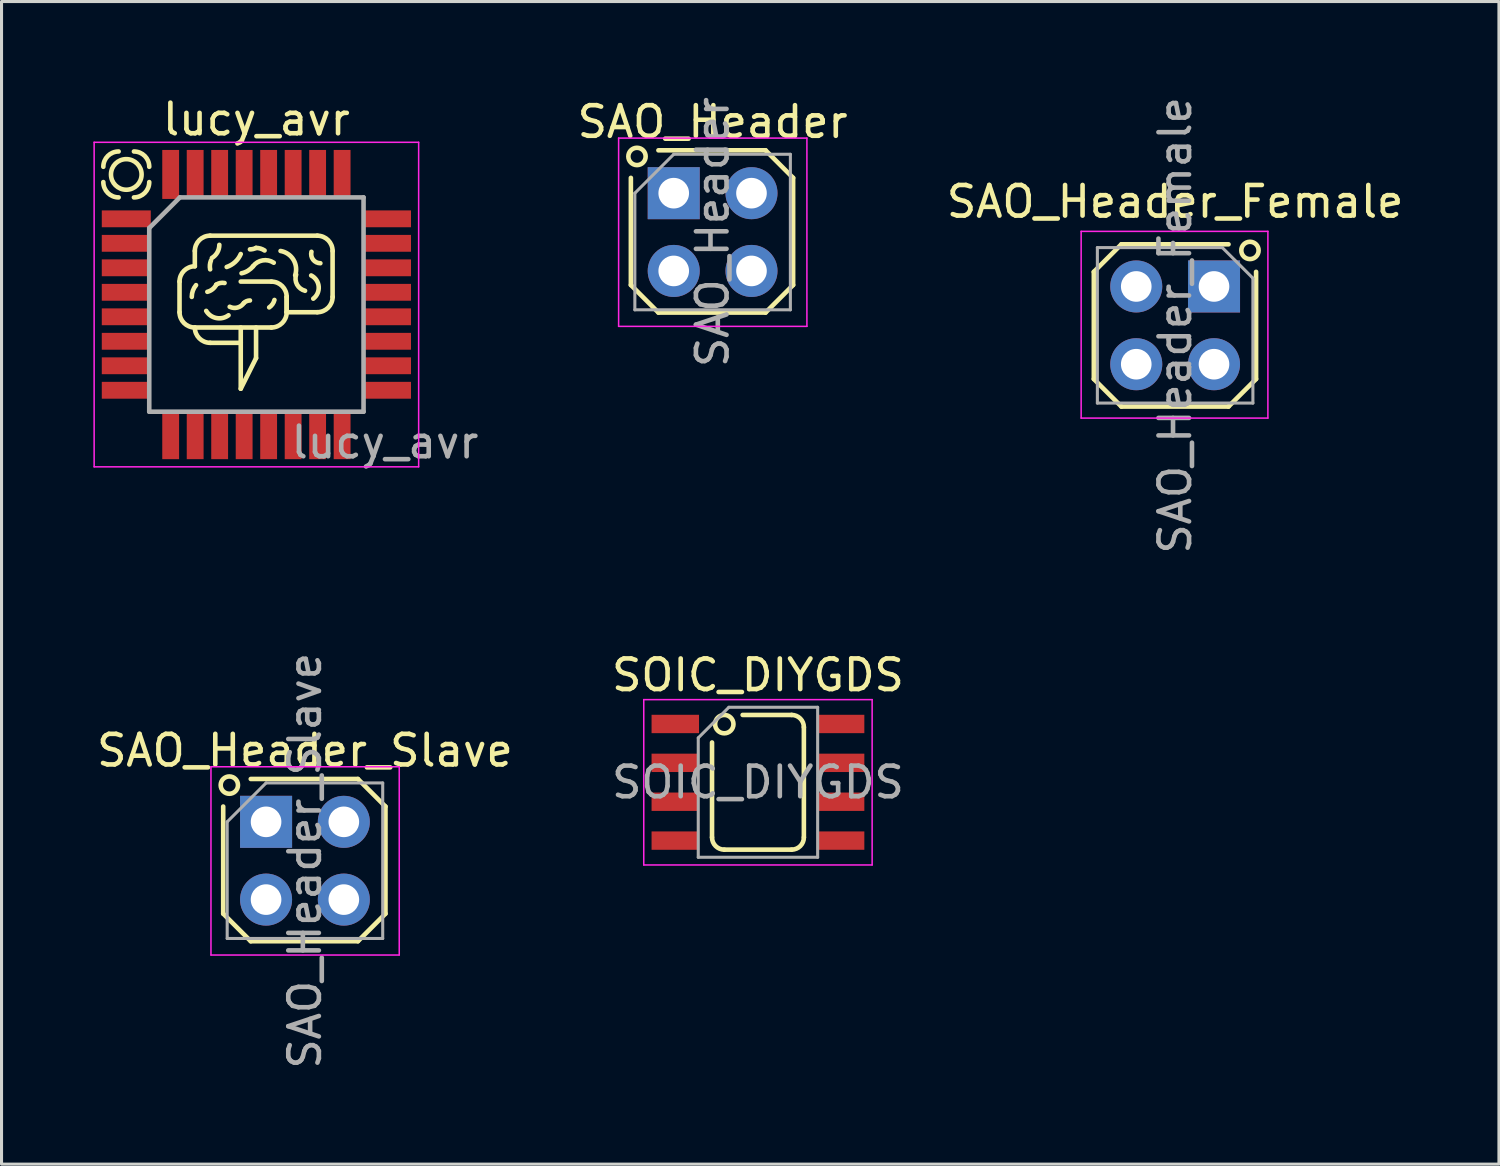
<source format=kicad_pcb>
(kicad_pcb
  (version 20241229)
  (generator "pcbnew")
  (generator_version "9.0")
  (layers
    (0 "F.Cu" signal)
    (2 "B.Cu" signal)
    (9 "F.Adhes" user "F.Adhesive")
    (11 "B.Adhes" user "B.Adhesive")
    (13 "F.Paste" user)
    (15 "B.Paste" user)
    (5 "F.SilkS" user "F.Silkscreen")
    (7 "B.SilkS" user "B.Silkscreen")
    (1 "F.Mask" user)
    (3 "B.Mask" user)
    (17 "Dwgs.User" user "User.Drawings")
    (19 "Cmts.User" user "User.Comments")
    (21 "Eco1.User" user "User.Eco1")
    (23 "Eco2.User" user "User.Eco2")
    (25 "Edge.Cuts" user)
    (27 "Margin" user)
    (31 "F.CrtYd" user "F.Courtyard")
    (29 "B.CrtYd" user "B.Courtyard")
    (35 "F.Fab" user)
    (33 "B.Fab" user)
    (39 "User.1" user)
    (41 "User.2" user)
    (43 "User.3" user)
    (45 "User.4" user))
  (footprint "SAO_Header"
    (layer "F.Cu")
    (at 18.957 3.26)
    (property "Reference" "SAO_Header" (at 1.27 -2.33 0) (layer "F.SilkS") (effects (font (size 1 1) (thickness 0.15))))
    (attr through_hole)
    (fp_line (start -1.4 -0.5) (end -1.4 3) (stroke (width 0.15) (type solid)) (layer "F.SilkS"))
    (fp_line (start -1.4 3) (end -0.5 3.9) (stroke (width 0.15) (type solid)) (layer "F.SilkS"))
    (fp_line (start 3 -1.4) (end -0.5 -1.4) (stroke (width 0.15) (type solid)) (layer "F.SilkS"))
    (fp_line (start 3 -1.4) (end 3.9 -0.5) (stroke (width 0.15) (type solid)) (layer "F.SilkS"))
    (fp_line (start 3 3.9) (end -0.5 3.9) (stroke (width 0.15) (type solid)) (layer "F.SilkS"))
    (fp_line (start 3.9 -0.5) (end 3.9 3) (stroke (width 0.15) (type solid)) (layer "F.SilkS"))
    (fp_line (start 3.9 3) (end 3 3.9) (stroke (width 0.15) (type solid)) (layer "F.SilkS"))
    (fp_circle (center -1.2 -1.2) (end -1.4 -1.4) (stroke (width 0.15) (type solid)) (fill no) (layer "F.SilkS"))
    (fp_line (start -1.8 -1.8) (end -1.8 4.35) (stroke (width 0.05) (type solid)) (layer "F.CrtYd"))
    (fp_line (start -1.8 4.35) (end 4.35 4.35) (stroke (width 0.05) (type solid)) (layer "F.CrtYd"))
    (fp_line (start 4.35 -1.8) (end -1.8 -1.8) (stroke (width 0.05) (type solid)) (layer "F.CrtYd"))
    (fp_line (start 4.35 4.35) (end 4.35 -1.8) (stroke (width 0.05) (type solid)) (layer "F.CrtYd"))
    (fp_line (start -1.27 0) (end 0 -1.27) (stroke (width 0.1) (type solid)) (layer "F.Fab"))
    (fp_line (start -1.27 3.81) (end -1.27 0) (stroke (width 0.1) (type solid)) (layer "F.Fab"))
    (fp_line (start 0 -1.27) (end 3.81 -1.27) (stroke (width 0.1) (type solid)) (layer "F.Fab"))
    (fp_line (start 3.81 -1.27) (end 3.81 3.81) (stroke (width 0.1) (type solid)) (layer "F.Fab"))
    (fp_line (start 3.81 3.81) (end -1.27 3.81) (stroke (width 0.1) (type solid)) (layer "F.Fab"))
    (fp_text user "${REFERENCE}" (at 1.27 1.27 90) (layer "F.Fab") (effects (font (size 1 1) (thickness 0.15))))
    (pad "1" thru_hole rect (at 0 0) (size 1.7 1.7) (drill 1) (layers "*.Cu" "*.Mask"))
    (pad "2" thru_hole oval (at 2.54 0) (size 1.7 1.7) (drill 1) (layers "*.Cu" "*.Mask"))
    (pad "3" thru_hole oval (at 0 2.54) (size 1.7 1.7) (drill 1) (layers "*.Cu" "*.Mask"))
    (pad "4" thru_hole oval (at 2.54 2.54) (size 1.7 1.7) (drill 1) (layers "*.Cu" "*.Mask")))
  (footprint "SAO_Header_Slave"
    (layer "F.Cu")
    (at 5.641 23.795)
    (property "Reference" "SAO_Header_Slave" (at 1.27 -2.33 0) (layer "F.SilkS") (effects (font (size 1 1) (thickness 0.15))))
    (attr through_hole)
    (fp_line (start -1.4 -0.5) (end -1.4 3) (stroke (width 0.15) (type solid)) (layer "F.SilkS"))
    (fp_line (start -1.4 3) (end -0.5 3.9) (stroke (width 0.15) (type solid)) (layer "F.SilkS"))
    (fp_line (start 3 -1.4) (end -0.5 -1.4) (stroke (width 0.15) (type solid)) (layer "F.SilkS"))
    (fp_line (start 3 -1.4) (end 3.9 -0.5) (stroke (width 0.15) (type solid)) (layer "F.SilkS"))
    (fp_line (start 3 3.9) (end -0.5 3.9) (stroke (width 0.15) (type solid)) (layer "F.SilkS"))
    (fp_line (start 3.9 -0.5) (end 3.9 3) (stroke (width 0.15) (type solid)) (layer "F.SilkS"))
    (fp_line (start 3.9 3) (end 3 3.9) (stroke (width 0.15) (type solid)) (layer "F.SilkS"))
    (fp_circle (center -1.2 -1.2) (end -1.4 -1.4) (stroke (width 0.15) (type solid)) (fill no) (layer "F.SilkS"))
    (fp_line (start -1.8 -1.8) (end -1.8 4.35) (stroke (width 0.05) (type solid)) (layer "F.CrtYd"))
    (fp_line (start -1.8 4.35) (end 4.35 4.35) (stroke (width 0.05) (type solid)) (layer "F.CrtYd"))
    (fp_line (start 4.35 -1.8) (end -1.8 -1.8) (stroke (width 0.05) (type solid)) (layer "F.CrtYd"))
    (fp_line (start 4.35 4.35) (end 4.35 -1.8) (stroke (width 0.05) (type solid)) (layer "F.CrtYd"))
    (fp_line (start -1.27 0) (end 0 -1.27) (stroke (width 0.1) (type solid)) (layer "F.Fab"))
    (fp_line (start -1.27 3.81) (end -1.27 0) (stroke (width 0.1) (type solid)) (layer "F.Fab"))
    (fp_line (start 0 -1.27) (end 3.81 -1.27) (stroke (width 0.1) (type solid)) (layer "F.Fab"))
    (fp_line (start 3.81 -1.27) (end 3.81 3.81) (stroke (width 0.1) (type solid)) (layer "F.Fab"))
    (fp_line (start 3.81 3.81) (end -1.27 3.81) (stroke (width 0.1) (type solid)) (layer "F.Fab"))
    (fp_text user "${REFERENCE}" (at 1.27 1.27 90) (layer "F.Fab") (effects (font (size 1 1) (thickness 0.15))))
    (pad "1" thru_hole rect (at 0 0) (size 1.7 1.7) (drill 1) (layers "*.Cu" "*.Mask"))
    (pad "2" thru_hole oval (at 2.54 0) (size 1.7 1.7) (drill 1) (layers "*.Cu" "*.Mask"))
    (pad "3" thru_hole oval (at 0 2.54) (size 1.7 1.7) (drill 1) (layers "*.Cu" "*.Mask"))
    (pad "4" thru_hole oval (at 2.54 2.54) (size 1.7 1.7) (drill 1) (layers "*.Cu" "*.Mask")))
  (footprint "lucy_avr"
    (layer "F.Cu")
    (at 5.325 6.898)
    (property "Reference" "lucy_avr" (at 0 -6.05 0) (layer "F.SilkS") (effects (font (size 1 1) (thickness 0.15))))
    (attr smd)
    (fp_line (start -2.511 -0.75) (end -2.511 0.25) (stroke (width 0.15) (type solid)) (layer "F.SilkS"))
    (fp_line (start -2.011 -1.75) (end -2.011 -1.25) (stroke (width 0.15) (type solid)) (layer "F.SilkS"))
    (fp_line (start -2.011 0.75) (end 0.489 0.75) (stroke (width 0.15) (type solid)) (layer "F.SilkS"))
    (fp_line (start -0.511 1.25) (end -1.511 1.25) (stroke (width 0.15) (type solid)) (layer "F.SilkS"))
    (fp_line (start -0.511 2.75) (end -0.511 0.75) (stroke (width 0.15) (type solid)) (layer "F.SilkS"))
    (fp_line (start -0.011 0.75) (end -0.011 1.75) (stroke (width 0.15) (type solid)) (layer "F.SilkS"))
    (fp_line (start -0.011 1.75) (end -0.511 2.75) (stroke (width 0.15) (type solid)) (layer "F.SilkS"))
    (fp_line (start 0.489 -0.75) (end -0.511 -0.75) (stroke (width 0.15) (type solid)) (layer "F.SilkS"))
    (fp_line (start 0.989 -0.25) (end 0.989 0.25) (stroke (width 0.15) (type solid)) (layer "F.SilkS"))
    (fp_line (start 0.989 0.25) (end 0.989 -0.25) (stroke (width 0.15) (type solid)) (layer "F.SilkS"))
    (fp_line (start 0.989 0.25) (end 1.989 0.25) (stroke (width 0.15) (type solid)) (layer "F.SilkS"))
    (fp_line (start 1.989 -2.25) (end -1.511 -2.25) (stroke (width 0.15) (type solid)) (layer "F.SilkS"))
    (fp_line (start 2.489 -0.25) (end 2.489 -1.75) (stroke (width 0.15) (type solid)) (layer "F.SilkS"))
    (fp_arc (start -5 -4.5) (mid -4.853553 -4.853553) (end -4.5 -5) (stroke (width 0.15) (type solid)) (layer "F.SilkS"))
    (fp_arc (start -4.5 -3.5) (mid -4.853553 -3.646447) (end -5 -4) (stroke (width 0.15) (type solid)) (layer "F.SilkS"))
    (fp_arc (start -4 -5) (mid -3.646447 -4.853553) (end -3.5 -4.5) (stroke (width 0.15) (type solid)) (layer "F.SilkS"))
    (fp_arc (start -3.5 -4) (mid -3.646447 -3.646447) (end -4 -3.5) (stroke (width 0.15) (type solid)) (layer "F.SilkS"))
    (fp_arc (start -2.510758 -0.75) (mid -2.364311 -1.103553) (end -2.010758 -1.25) (stroke (width 0.15) (type solid)) (layer "F.SilkS"))
    (fp_arc (start -2.110758 -0.25) (mid -2.074921 -0.454255) (end -1.971691 -0.634111) (stroke (width 0.15) (type solid)) (layer "F.SilkS"))
    (fp_arc (start -2.010758 -1.75) (mid -1.864311 -2.103553) (end -1.510758 -2.25) (stroke (width 0.15) (type solid)) (layer "F.SilkS"))
    (fp_arc (start -2.010758 0.75) (mid -2.364311 0.603553) (end -2.510758 0.25) (stroke (width 0.15) (type solid)) (layer "F.SilkS"))
    (fp_arc (start -1.510758 1.25) (mid -1.864311 1.103553) (end -2.010758 0.75) (stroke (width 0.15) (type solid)) (layer "F.SilkS"))
    (fp_arc (start -1.510757 -1.150001) (mid -1.518523 -1.29662) (end -1.484189 -1.439373) (stroke (width 0.15) (type solid)) (layer "F.SilkS"))
    (fp_arc (start -1.310759 -0.650001) (mid -1.430925 -0.501156) (end -1.602293 -0.41614) (stroke (width 0.15) (type solid)) (layer "F.SilkS"))
    (fp_arc (start -1.310757 -0.649999) (mid -1.180728 -0.703699) (end -1.040047 -0.703552) (stroke (width 0.15) (type solid)) (layer "F.SilkS"))
    (fp_arc (start -1.210758 -1.95) (mid -1.275658 -1.703651) (end -1.45351 -1.521254) (stroke (width 0.15) (type solid)) (layer "F.SilkS"))
    (fp_arc (start -0.910759 0.35) (mid -1.306875 0.440674) (end -1.639504 0.207247) (stroke (width 0.15) (type solid)) (layer "F.SilkS"))
    (fp_arc (start -0.510759 -1.650001) (mid -0.695085 -1.389572) (end -0.969921 -1.227507) (stroke (width 0.15) (type solid)) (layer "F.SilkS"))
    (fp_arc (start -0.410759 -0.050001) (mid -0.618215 0.098475) (end -0.872002 0.072489) (stroke (width 0.15) (type solid)) (layer "F.SilkS"))
    (fp_arc (start -0.410757 -0.049999) (mid -0.318997 -0.111311) (end -0.210758 -0.132841) (stroke (width 0.15) (type solid)) (layer "F.SilkS"))
    (fp_arc (start -0.110759 -1.250001) (mid -0.277865 -1.103026) (end -0.485183 -1.022123) (stroke (width 0.15) (type solid)) (layer "F.SilkS"))
    (fp_arc (start -0.110757 -1.25) (mid 0.204826 -1.442822) (end 0.566592 -1.366024) (stroke (width 0.15) (type solid)) (layer "F.SilkS"))
    (fp_arc (start -0.010759 -1.850001) (mid -0.10801 -1.814751) (end -0.210758 -1.802788) (stroke (width 0.15) (type solid)) (layer "F.SilkS"))
    (fp_arc (start -0.010758 -1.85) (mid 0.134134 -1.828546) (end 0.266592 -1.766025) (stroke (width 0.15) (type solid)) (layer "F.SilkS"))
    (fp_arc (start 0.489242 -0.75) (mid 0.842795 -0.603553) (end 0.989242 -0.25) (stroke (width 0.15) (type solid)) (layer "F.SilkS"))
    (fp_arc (start 0.589241 -0.150001) (mid 0.526271 -0.01249) (end 0.417951 0.093062) (stroke (width 0.15) (type solid)) (layer "F.SilkS"))
    (fp_arc (start 0.789241 -1.749999) (mid 1.210354 -1.463753) (end 1.266303 -0.957647) (stroke (width 0.15) (type solid)) (layer "F.SilkS"))
    (fp_arc (start 0.989242 0.25) (mid 0.842795 0.603553) (end 0.489242 0.75) (stroke (width 0.15) (type solid)) (layer "F.SilkS"))
    (fp_arc (start 1.589243 -0.450001) (mid 1.32781 -0.651592) (end 1.298091 -0.980383) (stroke (width 0.15) (type solid)) (layer "F.SilkS"))
    (fp_arc (start 1.789241 -0.949999) (mid 2.034647 -0.590163) (end 1.85757 -0.19223) (stroke (width 0.15) (type solid)) (layer "F.SilkS"))
    (fp_arc (start 1.989242 -2.25) (mid 2.342795 -2.103553) (end 2.489242 -1.75) (stroke (width 0.15) (type solid)) (layer "F.SilkS"))
    (fp_arc (start 2.089242 -1.35) (mid 1.852781 -1.465376) (end 1.798199 -1.72276) (stroke (width 0.15) (type solid)) (layer "F.SilkS"))
    (fp_arc (start 2.489242 -0.25) (mid 2.342795 0.103553) (end 1.989242 0.25) (stroke (width 0.15) (type solid)) (layer "F.SilkS"))
    (fp_circle (center -4.25 -4.25) (end -4.25 -4.75) (stroke (width 0.15) (type solid)) (fill no) (layer "F.SilkS"))
    (fp_line (start -5.3 -5.3) (end -5.3 5.3) (stroke (width 0.05) (type solid)) (layer "F.CrtYd"))
    (fp_line (start -5.3 -5.3) (end 5.3 -5.3) (stroke (width 0.05) (type solid)) (layer "F.CrtYd"))
    (fp_line (start -5.3 5.3) (end 5.3 5.3) (stroke (width 0.05) (type solid)) (layer "F.CrtYd"))
    (fp_line (start 5.3 -5.3) (end 5.3 5.3) (stroke (width 0.05) (type solid)) (layer "F.CrtYd"))
    (fp_line (start -3.5 -2.5) (end -2.5 -3.5) (stroke (width 0.15) (type solid)) (layer "F.Fab"))
    (fp_line (start -3.5 3.5) (end -3.5 -2.5) (stroke (width 0.15) (type solid)) (layer "F.Fab"))
    (fp_line (start -2.5 -3.5) (end 3.5 -3.5) (stroke (width 0.15) (type solid)) (layer "F.Fab"))
    (fp_line (start 3.5 -3.5) (end 3.5 3.5) (stroke (width 0.15) (type solid)) (layer "F.Fab"))
    (fp_line (start 3.5 3.5) (end -3.5 3.5) (stroke (width 0.15) (type solid)) (layer "F.Fab"))
    (fp_text user "${REFERENCE}" (at 4.2 4.5 0) (layer "F.Fab") (effects (font (size 1 1) (thickness 0.15))))
    (pad "1" smd rect (at -4.25 -2.8) (size 1.6 0.55) (layers "F.Cu" "F.Mask" "F.Paste"))
    (pad "2" smd rect (at -4.25 -2) (size 1.6 0.55) (layers "F.Cu" "F.Mask" "F.Paste"))
    (pad "3" smd rect (at -4.25 -1.2) (size 1.6 0.55) (layers "F.Cu" "F.Mask" "F.Paste"))
    (pad "4" smd rect (at -4.25 -0.4) (size 1.6 0.55) (layers "F.Cu" "F.Mask" "F.Paste"))
    (pad "5" smd rect (at -4.25 0.4) (size 1.6 0.55) (layers "F.Cu" "F.Mask" "F.Paste"))
    (pad "6" smd rect (at -4.25 1.2) (size 1.6 0.55) (layers "F.Cu" "F.Mask" "F.Paste"))
    (pad "7" smd rect (at -4.25 2) (size 1.6 0.55) (layers "F.Cu" "F.Mask" "F.Paste"))
    (pad "8" smd rect (at -4.25 2.8) (size 1.6 0.55) (layers "F.Cu" "F.Mask" "F.Paste"))
    (pad "9" smd rect (at -2.8 4.25 90) (size 1.6 0.55) (layers "F.Cu" "F.Mask" "F.Paste"))
    (pad "10" smd rect (at -2 4.25 90) (size 1.6 0.55) (layers "F.Cu" "F.Mask" "F.Paste"))
    (pad "11" smd rect (at -1.2 4.25 90) (size 1.6 0.55) (layers "F.Cu" "F.Mask" "F.Paste"))
    (pad "12" smd rect (at -0.4 4.25 90) (size 1.6 0.55) (layers "F.Cu" "F.Mask" "F.Paste"))
    (pad "13" smd rect (at 0.4 4.25 90) (size 1.6 0.55) (layers "F.Cu" "F.Mask" "F.Paste"))
    (pad "14" smd rect (at 1.2 4.25 90) (size 1.6 0.55) (layers "F.Cu" "F.Mask" "F.Paste"))
    (pad "15" smd rect (at 2 4.25 90) (size 1.6 0.55) (layers "F.Cu" "F.Mask" "F.Paste"))
    (pad "16" smd rect (at 2.8 4.25 90) (size 1.6 0.55) (layers "F.Cu" "F.Mask" "F.Paste"))
    (pad "17" smd rect (at 4.25 2.8) (size 1.6 0.55) (layers "F.Cu" "F.Mask" "F.Paste"))
    (pad "18" smd rect (at 4.25 2) (size 1.6 0.55) (layers "F.Cu" "F.Mask" "F.Paste"))
    (pad "19" smd rect (at 4.25 1.2) (size 1.6 0.55) (layers "F.Cu" "F.Mask" "F.Paste"))
    (pad "20" smd rect (at 4.25 0.4) (size 1.6 0.55) (layers "F.Cu" "F.Mask" "F.Paste"))
    (pad "21" smd rect (at 4.25 -0.4) (size 1.6 0.55) (layers "F.Cu" "F.Mask" "F.Paste"))
    (pad "22" smd rect (at 4.25 -1.2) (size 1.6 0.55) (layers "F.Cu" "F.Mask" "F.Paste"))
    (pad "23" smd rect (at 4.25 -2) (size 1.6 0.55) (layers "F.Cu" "F.Mask" "F.Paste"))
    (pad "24" smd rect (at 4.25 -2.8) (size 1.6 0.55) (layers "F.Cu" "F.Mask" "F.Paste"))
    (pad "25" smd rect (at 2.8 -4.25 90) (size 1.6 0.55) (layers "F.Cu" "F.Mask" "F.Paste"))
    (pad "26" smd rect (at 2 -4.25 90) (size 1.6 0.55) (layers "F.Cu" "F.Mask" "F.Paste"))
    (pad "27" smd rect (at 1.2 -4.25 90) (size 1.6 0.55) (layers "F.Cu" "F.Mask" "F.Paste"))
    (pad "28" smd rect (at 0.4 -4.25 90) (size 1.6 0.55) (layers "F.Cu" "F.Mask" "F.Paste"))
    (pad "29" smd rect (at -0.4 -4.25 90) (size 1.6 0.55) (layers "F.Cu" "F.Mask" "F.Paste"))
    (pad "30" smd rect (at -1.2 -4.25 90) (size 1.6 0.55) (layers "F.Cu" "F.Mask" "F.Paste"))
    (pad "31" smd rect (at -2 -4.25 90) (size 1.6 0.55) (layers "F.Cu" "F.Mask" "F.Paste"))
    (pad "32" smd rect (at -2.8 -4.25 90) (size 1.6 0.55) (layers "F.Cu" "F.Mask" "F.Paste")))
  (footprint "SOIC_DIYGDS"
    (layer "F.Cu")
    (at 21.708 22.503)
    (property "Reference" "SOIC_DIYGDS" (at 0 -3.5 0) (layer "F.SilkS") (effects (font (size 1 1) (thickness 0.15))))
    (attr smd)
    (fp_line (start -1.5 -1.3) (end -1.5 1.8) (stroke (width 0.15) (type solid)) (layer "F.SilkS"))
    (fp_line (start -1.1 2.2) (end 1.1 2.2) (stroke (width 0.15) (type solid)) (layer "F.SilkS"))
    (fp_line (start -0.5 -2.2) (end 1.1 -2.2) (stroke (width 0.15) (type solid)) (layer "F.SilkS"))
    (fp_line (start 1.5 -1.8) (end 1.5 1.8) (stroke (width 0.15) (type solid)) (layer "F.SilkS"))
    (fp_arc (start -1.1 2.2) (mid -1.382843 2.082843) (end -1.5 1.8) (stroke (width 0.15) (type solid)) (layer "F.SilkS"))
    (fp_arc (start 1.1 -2.2) (mid 1.382843 -2.082843) (end 1.5 -1.8) (stroke (width 0.15) (type solid)) (layer "F.SilkS"))
    (fp_arc (start 1.5 1.8) (mid 1.382843 2.082843) (end 1.1 2.2) (stroke (width 0.15) (type solid)) (layer "F.SilkS"))
    (fp_circle (center -1.1 -1.9) (end -1.4 -1.9) (stroke (width 0.15) (type solid)) (fill no) (layer "F.SilkS"))
    (fp_line (start -3.73 -2.7) (end -3.73 2.7) (stroke (width 0.05) (type solid)) (layer "F.CrtYd"))
    (fp_line (start -3.73 -2.7) (end 3.73 -2.7) (stroke (width 0.05) (type solid)) (layer "F.CrtYd"))
    (fp_line (start -3.73 2.7) (end 3.73 2.7) (stroke (width 0.05) (type solid)) (layer "F.CrtYd"))
    (fp_line (start 3.73 -2.7) (end 3.73 2.7) (stroke (width 0.05) (type solid)) (layer "F.CrtYd"))
    (fp_line (start -1.95 -1.45) (end -0.95 -2.45) (stroke (width 0.1) (type solid)) (layer "F.Fab"))
    (fp_line (start -1.95 2.45) (end -1.95 -1.45) (stroke (width 0.1) (type solid)) (layer "F.Fab"))
    (fp_line (start -0.95 -2.45) (end 1.95 -2.45) (stroke (width 0.1) (type solid)) (layer "F.Fab"))
    (fp_line (start 1.95 -2.45) (end 1.95 2.45) (stroke (width 0.1) (type solid)) (layer "F.Fab"))
    (fp_line (start 1.95 2.45) (end -1.95 2.45) (stroke (width 0.1) (type solid)) (layer "F.Fab"))
    (fp_text user "${REFERENCE}" (at 0 0 0) (layer "F.Fab") (effects (font (size 1 1) (thickness 0.15))))
    (pad "1" smd rect (at -2.7 -1.905) (size 1.55 0.6) (layers "F.Cu" "F.Mask" "F.Paste"))
    (pad "2" smd rect (at -2.7 -0.635) (size 1.55 0.6) (layers "F.Cu" "F.Mask" "F.Paste"))
    (pad "3" smd rect (at -2.7 0.635) (size 1.55 0.6) (layers "F.Cu" "F.Mask" "F.Paste"))
    (pad "4" smd rect (at -2.7 1.905) (size 1.55 0.6) (layers "F.Cu" "F.Mask" "F.Paste"))
    (pad "5" smd rect (at 2.7 1.905) (size 1.55 0.6) (layers "F.Cu" "F.Mask" "F.Paste"))
    (pad "6" smd rect (at 2.7 0.635) (size 1.55 0.6) (layers "F.Cu" "F.Mask" "F.Paste"))
    (pad "7" smd rect (at 2.7 -0.635) (size 1.55 0.6) (layers "F.Cu" "F.Mask" "F.Paste"))
    (pad "8" smd rect (at 2.7 -1.905) (size 1.55 0.6) (layers "F.Cu" "F.Mask" "F.Paste")))
  (footprint "SAO_Header_Female"
    (layer "F.Cu")
    (at 36.605 6.307)
    (property "Reference" "SAO_Header_Female" (at -1.27 -2.77 0) (layer "F.SilkS") (effects (font (size 1 1) (thickness 0.15))))
    (attr through_hole)
    (fp_line (start -3.926 3.023) (end -3.926 -0.477) (stroke (width 0.15) (type solid)) (layer "F.SilkS"))
    (fp_line (start -3.026 -1.377) (end -3.926 -0.477) (stroke (width 0.15) (type solid)) (layer "F.SilkS"))
    (fp_line (start -3.026 3.923) (end -3.926 3.023) (stroke (width 0.15) (type solid)) (layer "F.SilkS"))
    (fp_line (start 0.474 -1.377) (end -3.026 -1.377) (stroke (width 0.15) (type solid)) (layer "F.SilkS"))
    (fp_line (start 0.474 3.923) (end -3.026 3.923) (stroke (width 0.15) (type solid)) (layer "F.SilkS"))
    (fp_line (start 1.374 3.023) (end 0.474 3.923) (stroke (width 0.15) (type solid)) (layer "F.SilkS"))
    (fp_line (start 1.374 3.023) (end 1.374 -0.477) (stroke (width 0.15) (type solid)) (layer "F.SilkS"))
    (fp_circle (center 1.174 -1.177) (end 1.374 -1.377) (stroke (width 0.15) (type solid)) (fill no) (layer "F.SilkS"))
    (fp_line (start -4.34 -1.8) (end 1.76 -1.8) (stroke (width 0.05) (type solid)) (layer "F.CrtYd"))
    (fp_line (start -4.34 4.3) (end -4.34 -1.8) (stroke (width 0.05) (type solid)) (layer "F.CrtYd"))
    (fp_line (start 1.76 -1.8) (end 1.76 4.3) (stroke (width 0.05) (type solid)) (layer "F.CrtYd"))
    (fp_line (start 1.76 4.3) (end -4.34 4.3) (stroke (width 0.05) (type solid)) (layer "F.CrtYd"))
    (fp_line (start -3.81 -1.27) (end 0.27 -1.27) (stroke (width 0.1) (type solid)) (layer "F.Fab"))
    (fp_line (start -3.81 3.81) (end -3.81 -1.27) (stroke (width 0.1) (type solid)) (layer "F.Fab"))
    (fp_line (start 0.27 -1.27) (end 1.27 -0.27) (stroke (width 0.1) (type solid)) (layer "F.Fab"))
    (fp_line (start 1.27 -0.27) (end 1.27 3.81) (stroke (width 0.1) (type solid)) (layer "F.Fab"))
    (fp_line (start 1.27 3.81) (end -3.81 3.81) (stroke (width 0.1) (type solid)) (layer "F.Fab"))
    (fp_text user "${REFERENCE}" (at -1.27 1.27 90) (layer "F.Fab") (effects (font (size 1 1) (thickness 0.15))))
    (pad "1" thru_hole rect (at 0 0) (size 1.7 1.7) (drill 1) (layers "*.Cu" "*.Mask"))
    (pad "2" thru_hole oval (at -2.54 0) (size 1.7 1.7) (drill 1) (layers "*.Cu" "*.Mask"))
    (pad "3" thru_hole oval (at 0 2.54) (size 1.7 1.7) (drill 1) (layers "*.Cu" "*.Mask"))
    (pad "4" thru_hole oval (at -2.54 2.54) (size 1.7 1.7) (drill 1) (layers "*.Cu" "*.Mask")))
  (gr_rect
    (start -3 -3)
    (end 45.912 34.976)
    (stroke (width 0.1) (type default))
    (fill no)
    (layer "Edge.Cuts")))
</source>
